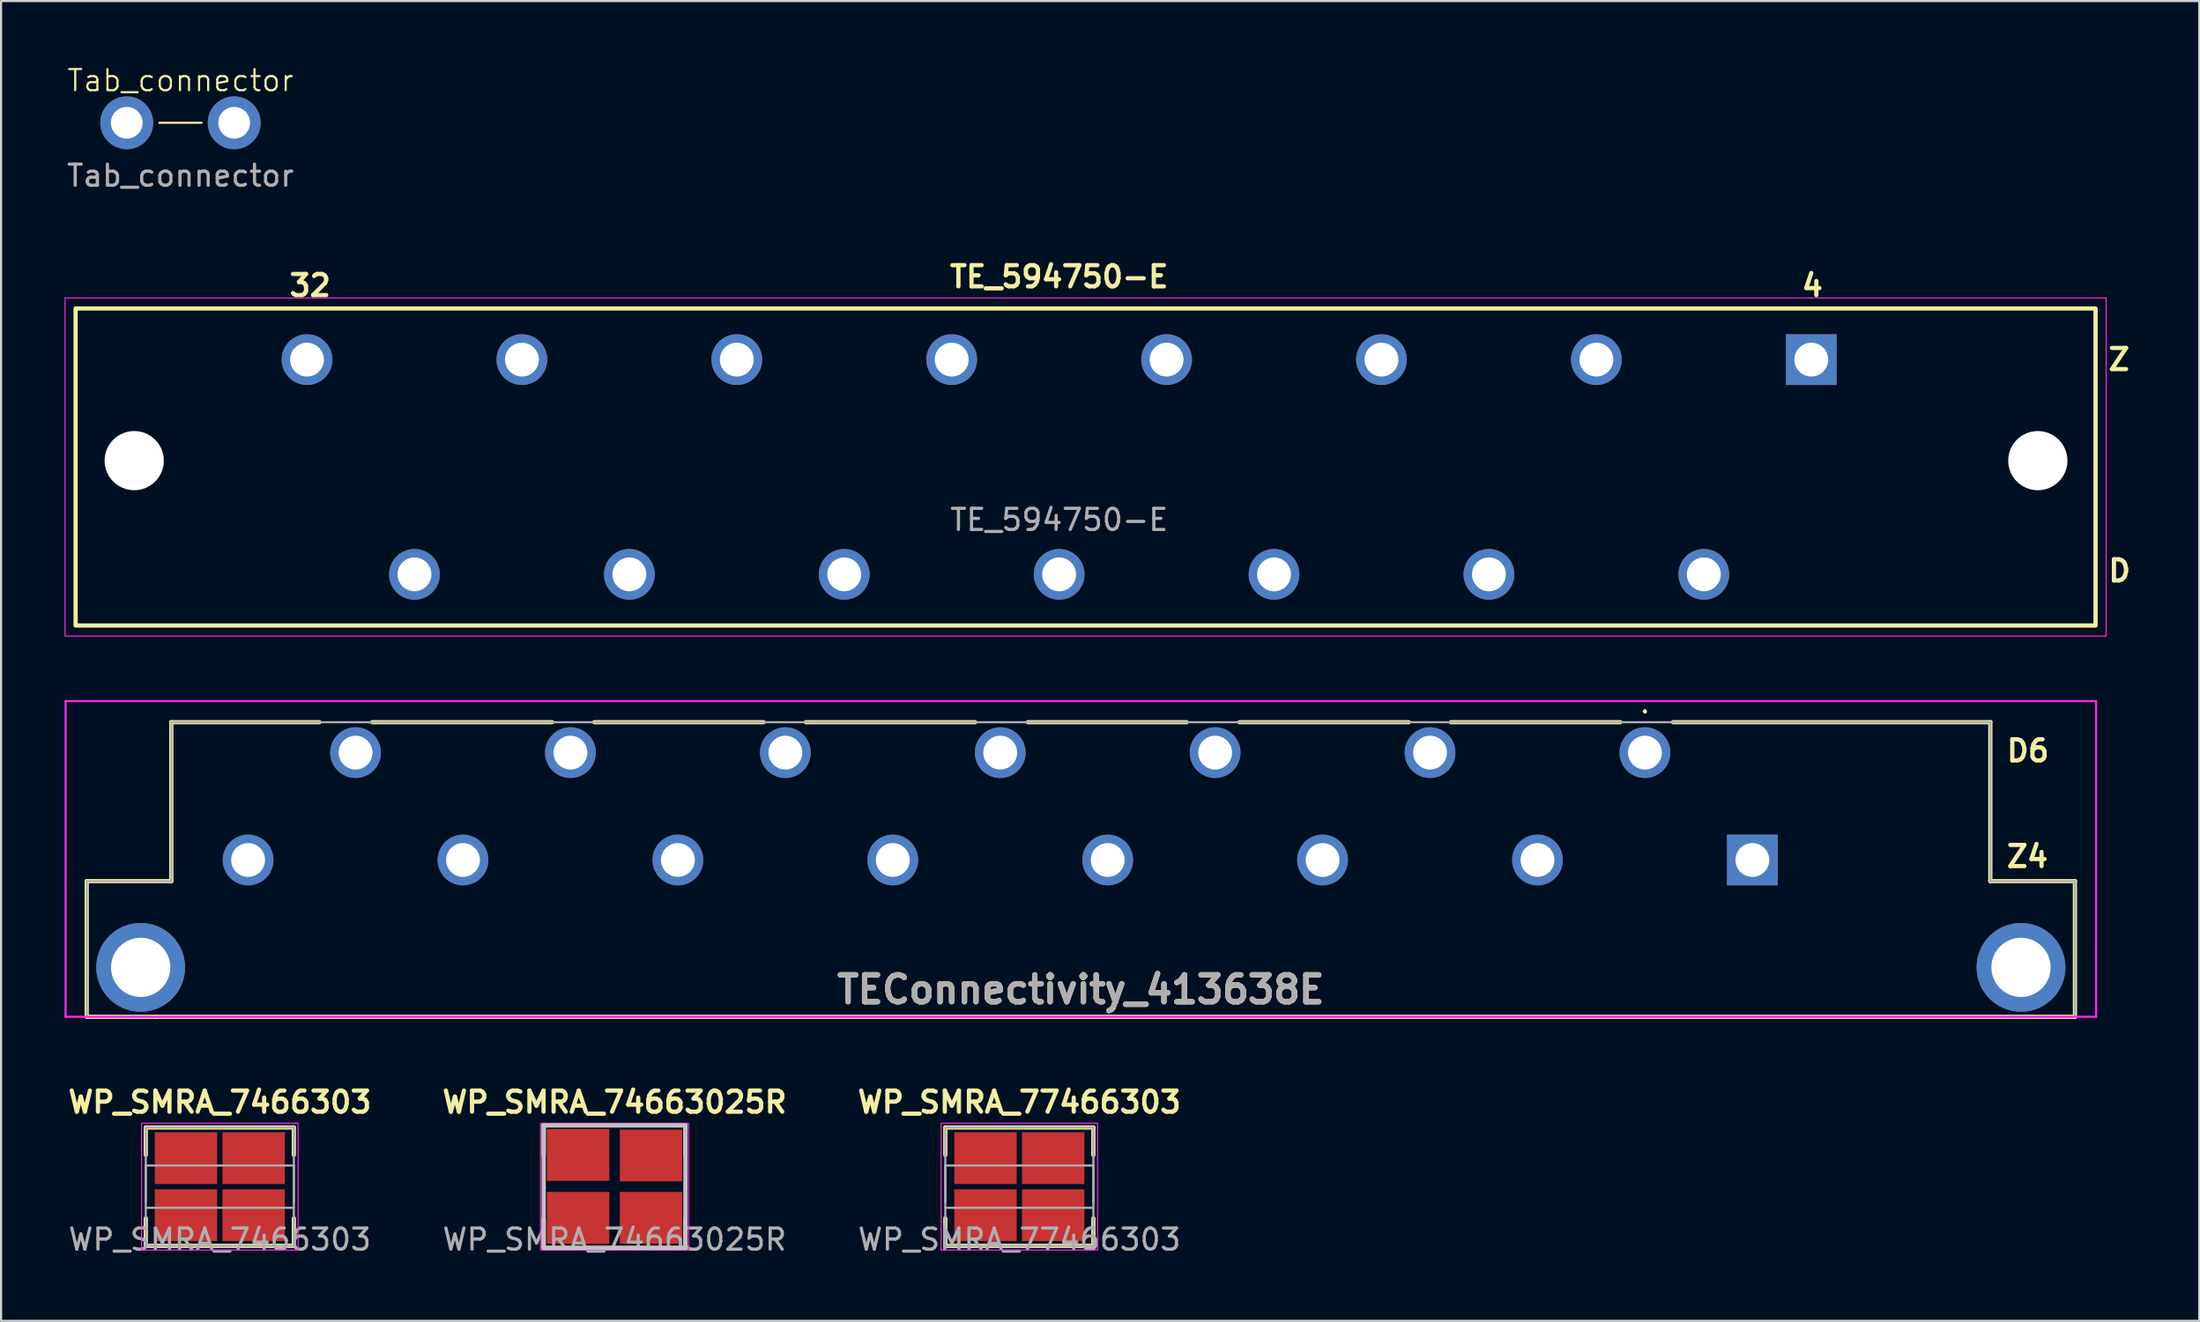
<source format=kicad_pcb>
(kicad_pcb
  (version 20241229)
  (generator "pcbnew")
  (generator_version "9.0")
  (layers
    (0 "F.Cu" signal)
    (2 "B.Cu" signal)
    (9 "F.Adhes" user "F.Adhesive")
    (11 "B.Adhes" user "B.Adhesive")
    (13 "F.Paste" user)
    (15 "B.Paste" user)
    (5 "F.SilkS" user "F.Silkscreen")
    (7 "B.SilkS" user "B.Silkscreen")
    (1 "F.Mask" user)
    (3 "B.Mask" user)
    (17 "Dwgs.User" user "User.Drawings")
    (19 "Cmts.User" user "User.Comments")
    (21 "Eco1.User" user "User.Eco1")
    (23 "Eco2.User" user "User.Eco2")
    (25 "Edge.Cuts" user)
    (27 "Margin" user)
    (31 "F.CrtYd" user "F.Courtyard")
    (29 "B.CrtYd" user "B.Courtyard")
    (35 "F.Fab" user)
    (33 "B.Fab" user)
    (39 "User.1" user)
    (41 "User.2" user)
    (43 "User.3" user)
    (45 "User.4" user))
  (footprint "Tab_connector"
    (layer "F.Cu")
    (at 5.482 2.76)
    (property "Reference" "Tab_connector" (at 0 -2 0) (unlocked yes) (layer "F.SilkS") (effects (font (size 1 1) (thickness 0.1))))
    (attr through_hole)
    (fp_line (start -1 0) (end 1 0) (stroke (width 0.1) (type default)) (layer "F.SilkS"))
    (fp_text user "${REFERENCE}" (at 0 2.5 0) (unlocked yes) (layer "F.Fab") (effects (font (size 1 1) (thickness 0.15))))
    (pad "1" thru_hole circle (at -2.54 0) (size 2.5 2.5) (drill 1.5) (layers "*.Cu" "*.Mask"))
    (pad "1" thru_hole circle (at 2.54 0) (size 2.5 2.5) (drill 1.5) (layers "*.Cu" "*.Mask")))
  (footprint "TE_594750-E"
    (layer "F.Cu")
    (at 47.025 19.045)
    (property "Reference" "TE_594750-E" (at 0 -9 0) (unlocked yes) (layer "F.SilkS") (effects (font (size 1 1) (thickness 0.2) (bold yes))))
    (attr through_hole)
    (fp_rect (start -46.5 -7.5) (end 49 7.5) (stroke (width 0.2) (type default)) (fill no) (layer "F.SilkS"))
    (fp_rect (start -47 -8) (end 49.5 8) (stroke (width 0.05) (type default)) (fill no) (layer "F.CrtYd"))
    (fp_text user "D" (at 49.5 5.5 0) (unlocked yes) (layer "F.SilkS") (effects (font (size 1 1) (thickness 0.2) (bold yes)) (justify left bottom)))
    (fp_text user "32" (at -36.5 -8 0) (unlocked yes) (layer "F.SilkS") (effects (font (size 1 1) (thickness 0.2) (bold yes)) (justify left bottom)))
    (fp_text user "Z" (at 49.5 -4.5 0) (unlocked yes) (layer "F.SilkS") (effects (font (size 1 1) (thickness 0.2) (bold yes)) (justify left bottom)))
    (fp_text user "4" (at 35 -8 0) (unlocked yes) (layer "F.SilkS") (effects (font (size 1 1) (thickness 0.2) (bold yes)) (justify left bottom)))
    (fp_text user "${REFERENCE}" (at 0 2.5 0) (unlocked yes) (layer "F.Fab") (effects (font (size 1 1) (thickness 0.15))))
    (pad "" np_thru_hole circle (at -43.73 -0.3) (size 2.8 2.8) (drill 2.8) (layers "*.Cu" "*.Mask"))
    (pad "" np_thru_hole circle (at 46.27 -0.3) (size 2.8 2.8) (drill 2.8) (layers "*.Cu" "*.Mask"))
    (pad "4" thru_hole rect (at 35.56 -5.08) (size 2.4 2.4) (drill 1.6) (layers "*.Cu" "*.Mask"))
    (pad "6" thru_hole circle (at 30.48 5.08) (size 2.4 2.4) (drill 1.6) (layers "*.Cu" "*.Mask"))
    (pad "8" thru_hole circle (at 25.4 -5.08) (size 2.4 2.4) (drill 1.6) (layers "*.Cu" "*.Mask"))
    (pad "10" thru_hole circle (at 20.32 5.08) (size 2.4 2.4) (drill 1.6) (layers "*.Cu" "*.Mask"))
    (pad "12" thru_hole circle (at 15.24 -5.08) (size 2.4 2.4) (drill 1.6) (layers "*.Cu" "*.Mask"))
    (pad "14" thru_hole circle (at 10.16 5.08) (size 2.4 2.4) (drill 1.6) (layers "*.Cu" "*.Mask"))
    (pad "16" thru_hole circle (at 5.08 -5.08) (size 2.4 2.4) (drill 1.6) (layers "*.Cu" "*.Mask"))
    (pad "18" thru_hole circle (at 0 5.08) (size 2.4 2.4) (drill 1.6) (layers "*.Cu" "*.Mask"))
    (pad "20" thru_hole circle (at -5.08 -5.08) (size 2.4 2.4) (drill 1.6) (layers "*.Cu" "*.Mask"))
    (pad "22" thru_hole circle (at -10.16 5.08) (size 2.4 2.4) (drill 1.6) (layers "*.Cu" "*.Mask"))
    (pad "24" thru_hole circle (at -15.24 -5.08) (size 2.4 2.4) (drill 1.6) (layers "*.Cu" "*.Mask"))
    (pad "26" thru_hole circle (at -20.32 5.08) (size 2.4 2.4) (drill 1.6) (layers "*.Cu" "*.Mask"))
    (pad "28" thru_hole circle (at -25.4 -5.08) (size 2.4 2.4) (drill 1.6) (layers "*.Cu" "*.Mask"))
    (pad "30" thru_hole circle (at -30.48 5.08) (size 2.4 2.4) (drill 1.6) (layers "*.Cu" "*.Mask"))
    (pad "32" thru_hole circle (at -35.56 -5.08) (size 2.4 2.4) (drill 1.6) (layers "*.Cu" "*.Mask")))
  (footprint "WP_SMRA_74663025R"
    (layer "F.Cu")
    (at 26.005 53.096)
    (property "Reference" "WP_SMRA_74663025R" (at 0 -4 0) (unlocked yes) (layer "F.SilkS") (effects (font (size 1 1) (thickness 0.2))))
    (attr smd)
    (fp_line (start -3.35 -2.9) (end -3.35 -1.5) (stroke (width 0.2) (type default)) (layer "F.SilkS"))
    (fp_line (start -3.35 -2.9) (end 3.35 -2.9) (stroke (width 0.2) (type default)) (layer "F.SilkS"))
    (fp_line (start -3.35 1.5) (end -3.35 2.9) (stroke (width 0.2) (type default)) (layer "F.SilkS"))
    (fp_line (start -3.35 2.9) (end 3.35 2.9) (stroke (width 0.2) (type default)) (layer "F.SilkS"))
    (fp_line (start 3.35 -2.9) (end 3.35 -1.5) (stroke (width 0.2) (type default)) (layer "F.SilkS"))
    (fp_line (start 3.35 1.5) (end 3.35 2.9) (stroke (width 0.2) (type default)) (layer "F.SilkS"))
    (fp_rect (start -3.35 -2.9) (end 3.35 2.9) (stroke (width 0.2) (type default)) (fill no) (layer "Dwgs.User"))
    (fp_rect (start -3.5 -3) (end 3.5 3) (stroke (width 0.05) (type default)) (fill no) (layer "F.CrtYd"))
    (fp_text user "${REFERENCE}" (at 0 2.5 0) (unlocked yes) (layer "F.Fab") (effects (font (size 1 1) (thickness 0.15))))
    (pad "1" smd rect (at -1.724 -1.5) (size 2.95 2.45) (layers "F.Cu" "F.Mask" "F.Paste"))
    (pad "1" smd rect (at -1.724 1.474) (size 2.95 2.45) (layers "F.Cu" "F.Mask" "F.Paste"))
    (pad "1" smd rect (at 1.724 -1.474) (size 2.95 2.45) (layers "F.Cu" "F.Mask" "F.Paste"))
    (pad "1" smd rect (at 1.724 1.474) (size 2.95 2.45) (layers "F.Cu" "F.Mask" "F.Paste")))
  (footprint "TEConnectivity_413638E"
    (layer "F.Cu")
    (at 74.72 32.56)
    (property "Reference" "TEConnectivity_413638E" (at -26.67 11.21 0) (layer "F.SilkS") (effects (font (size 1.27 1.27) (thickness 0.254))))
    (attr through_hole)
    (fp_line (start -73.67 6.08) (end -69.67 6.08) (stroke (width 0.2) (type solid)) (layer "F.SilkS"))
    (fp_line (start -73.67 12.5) (end -73.67 6.08) (stroke (width 0.2) (type solid)) (layer "F.SilkS"))
    (fp_line (start -70.375 12.5) (end -73.625 12.5) (stroke (width 0.2) (type solid)) (layer "F.SilkS"))
    (fp_line (start -69.67 -1.44) (end -62.67 -1.44) (stroke (width 0.2) (type solid)) (layer "F.SilkS"))
    (fp_line (start -69.67 6.08) (end -69.67 -1.44) (stroke (width 0.2) (type solid)) (layer "F.SilkS"))
    (fp_line (start -60.17 -1.44) (end -51.67 -1.44) (stroke (width 0.2) (type solid)) (layer "F.SilkS"))
    (fp_line (start -49.67 -1.44) (end -41.67 -1.44) (stroke (width 0.2) (type solid)) (layer "F.SilkS"))
    (fp_line (start -39.67 -1.44) (end -31.67 -1.44) (stroke (width 0.2) (type solid)) (layer "F.SilkS"))
    (fp_line (start -29.17 -1.44) (end -21.67 -1.44) (stroke (width 0.2) (type solid)) (layer "F.SilkS"))
    (fp_line (start -19.17 -1.44) (end -11.17 -1.44) (stroke (width 0.2) (type solid)) (layer "F.SilkS"))
    (fp_line (start -9.17 -1.44) (end -1.17 -1.44) (stroke (width 0.2) (type solid)) (layer "F.SilkS"))
    (fp_line (start 0 -2) (end 0 -2) (stroke (width 0.1) (type solid)) (layer "F.SilkS"))
    (fp_line (start 0 -1.9) (end 0 -1.9) (stroke (width 0.1) (type solid)) (layer "F.SilkS"))
    (fp_line (start 1.33 -1.44) (end 16.33 -1.44) (stroke (width 0.2) (type solid)) (layer "F.SilkS"))
    (fp_line (start 16.33 -1.44) (end 16.33 6.08) (stroke (width 0.2) (type solid)) (layer "F.SilkS"))
    (fp_line (start 16.33 6.08) (end 20.33 6.08) (stroke (width 0.2) (type solid)) (layer "F.SilkS"))
    (fp_line (start 17.08 12.5) (end -70.42 12.5) (stroke (width 0.2) (type solid)) (layer "F.SilkS"))
    (fp_line (start 20.33 6.08) (end 20.33 12.5) (stroke (width 0.2) (type solid)) (layer "F.SilkS"))
    (fp_line (start 20.33 12.5) (end 17.08 12.5) (stroke (width 0.2) (type solid)) (layer "F.SilkS"))
    (fp_arc (start 0 -2) (mid 0.05 -1.95) (end 0 -1.9) (stroke (width 0.1) (type solid)) (layer "F.SilkS"))
    (fp_arc (start 0 -1.9) (mid -0.05 -1.95) (end 0 -2) (stroke (width 0.1) (type solid)) (layer "F.SilkS"))
    (fp_line (start -74.67 -2.44) (end 21.33 -2.44) (stroke (width 0.1) (type solid)) (layer "F.CrtYd"))
    (fp_line (start -74.67 12.5) (end -74.67 -2.44) (stroke (width 0.1) (type solid)) (layer "F.CrtYd"))
    (fp_line (start 21.33 -2.44) (end 21.33 12.5) (stroke (width 0.1) (type solid)) (layer "F.CrtYd"))
    (fp_line (start 21.33 12.5) (end -74.67 12.5) (stroke (width 0.1) (type solid)) (layer "F.CrtYd"))
    (fp_line (start -73.67 6.08) (end -69.67 6.08) (stroke (width 0.1) (type solid)) (layer "F.Fab"))
    (fp_line (start -73.67 12.5) (end -73.67 6.08) (stroke (width 0.1) (type solid)) (layer "F.Fab"))
    (fp_line (start -69.67 -1.44) (end 16.33 -1.44) (stroke (width 0.1) (type solid)) (layer "F.Fab"))
    (fp_line (start -69.67 6.08) (end -69.67 -1.44) (stroke (width 0.1) (type solid)) (layer "F.Fab"))
    (fp_line (start 16.33 -1.44) (end 16.33 6.08) (stroke (width 0.1) (type solid)) (layer "F.Fab"))
    (fp_line (start 16.33 6.08) (end 20.33 6.08) (stroke (width 0.1) (type solid)) (layer "F.Fab"))
    (fp_line (start 20.33 6.08) (end 20.33 12.5) (stroke (width 0.1) (type solid)) (layer "F.Fab"))
    (fp_line (start 20.33 12.5) (end -73.67 12.5) (stroke (width 0.1) (type solid)) (layer "F.Fab"))
    (fp_line (start 20.33 12.5) (end 17.08 12.5) (stroke (width 0.1) (type solid)) (layer "F.Fab"))
    (fp_text user "Z4" (at 17 5.5 0) (unlocked yes) (layer "F.SilkS") (effects (font (size 1 1) (thickness 0.2)) (justify left bottom)))
    (fp_text user "D6" (at 17 0.5 0) (unlocked yes) (layer "F.SilkS") (effects (font (size 1 1) (thickness 0.2)) (justify left bottom)))
    (fp_text user "${REFERENCE}" (at -26.67 11.21 0) (layer "F.Fab") (effects (font (size 1.27 1.27) (thickness 0.254))))
    (pad "D6" thru_hole circle (at 0 0) (size 2.4 2.4) (drill 1.6) (layers "*.Cu" "*.Mask"))
    (pad "D10" thru_hole circle (at -10.16 0) (size 2.4 2.4) (drill 1.6) (layers "*.Cu" "*.Mask"))
    (pad "D14" thru_hole circle (at -20.32 0) (size 2.4 2.4) (drill 1.6) (layers "*.Cu" "*.Mask"))
    (pad "D18" thru_hole circle (at -30.48 0) (size 2.4 2.4) (drill 1.6) (layers "*.Cu" "*.Mask"))
    (pad "D22" thru_hole circle (at -40.64 0) (size 2.4 2.4) (drill 1.6) (layers "*.Cu" "*.Mask"))
    (pad "D26" thru_hole circle (at -50.8 0) (size 2.4 2.4) (drill 1.6) (layers "*.Cu" "*.Mask"))
    (pad "D30" thru_hole circle (at -60.96 0) (size 2.4 2.4) (drill 1.6) (layers "*.Cu" "*.Mask"))
    (pad "MH1" thru_hole circle (at 17.78 10.16) (size 4.2 4.2) (drill 2.8) (layers "*.Cu" "*.Mask"))
    (pad "MH2" thru_hole circle (at -71.12 10.16) (size 4.2 4.2) (drill 2.8) (layers "*.Cu" "*.Mask"))
    (pad "Z4" thru_hole rect (at 5.08 5.08) (size 2.4 2.4) (drill 1.6) (layers "*.Cu" "*.Mask"))
    (pad "Z8" thru_hole circle (at -5.08 5.08) (size 2.4 2.4) (drill 1.6) (layers "*.Cu" "*.Mask"))
    (pad "Z12" thru_hole circle (at -15.24 5.08) (size 2.4 2.4) (drill 1.6) (layers "*.Cu" "*.Mask"))
    (pad "Z16" thru_hole circle (at -25.4 5.08) (size 2.4 2.4) (drill 1.6) (layers "*.Cu" "*.Mask"))
    (pad "Z20" thru_hole circle (at -35.56 5.08) (size 2.4 2.4) (drill 1.6) (layers "*.Cu" "*.Mask"))
    (pad "Z24" thru_hole circle (at -45.72 5.08) (size 2.4 2.4) (drill 1.6) (layers "*.Cu" "*.Mask"))
    (pad "Z28" thru_hole circle (at -55.88 5.08) (size 2.4 2.4) (drill 1.6) (layers "*.Cu" "*.Mask"))
    (pad "Z32" thru_hole circle (at -66.04 5.08) (size 2.4 2.4) (drill 1.6) (layers "*.Cu" "*.Mask")))
  (footprint "WP_SMRA_7466303"
    (layer "F.Cu")
    (at 7.343 53.096)
    (property "Reference" "WP_SMRA_7466303" (at 0 -4 0) (unlocked yes) (layer "F.SilkS") (effects (font (size 1 1) (thickness 0.2))))
    (attr smd)
    (fp_line (start -3.5 -2.8) (end -3.5 -1.5) (stroke (width 0.2) (type default)) (layer "F.SilkS"))
    (fp_line (start -3.5 -2.8) (end 3.5 -2.8) (stroke (width 0.2) (type default)) (layer "F.SilkS"))
    (fp_line (start -3.5 1.5) (end -3.5 2.8) (stroke (width 0.2) (type default)) (layer "F.SilkS"))
    (fp_line (start -3.5 2.8) (end 3.5 2.8) (stroke (width 0.2) (type default)) (layer "F.SilkS"))
    (fp_line (start 3.5 -2.8) (end 3.5 -1.5) (stroke (width 0.2) (type default)) (layer "F.SilkS"))
    (fp_line (start 3.5 1.5) (end 3.5 2.8) (stroke (width 0.2) (type default)) (layer "F.SilkS"))
    (fp_rect (start -3.7 -3) (end 3.7 3) (stroke (width 0.05) (type default)) (fill no) (layer "F.CrtYd"))
    (fp_line (start -3.5 -1) (end 3.5 -1) (stroke (width 0.1) (type default)) (layer "F.Fab"))
    (fp_line (start -3.5 0.75) (end -3.5 -1) (stroke (width 0.1) (type default)) (layer "F.Fab"))
    (fp_line (start 3.5 -1) (end 3.5 0.75) (stroke (width 0.1) (type default)) (layer "F.Fab"))
    (fp_line (start 3.5 1) (end -3.5 1) (stroke (width 0.1) (type default)) (layer "F.Fab"))
    (fp_rect (start -3.5 -2.8) (end 3.5 2.8) (stroke (width 0.1) (type default)) (fill no) (layer "F.Fab"))
    (fp_text user "${REFERENCE}" (at 0 2.5 0) (unlocked yes) (layer "F.Fab") (effects (font (size 1 1) (thickness 0.15))))
    (pad "1" smd rect (at -1.6 -1.35) (size 2.95 2.45) (layers "F.Cu" "F.Mask" "F.Paste"))
    (pad "1" smd rect (at -1.6 1.35) (size 2.95 2.45) (layers "F.Cu" "F.Mask" "F.Paste"))
    (pad "1" smd rect (at 1.6 -1.35) (size 2.95 2.45) (layers "F.Cu" "F.Mask" "F.Paste"))
    (pad "1" smd rect (at 1.6 1.35) (size 2.95 2.45) (layers "F.Cu" "F.Mask" "F.Paste")))
  (footprint "WP_SMRA_77466303"
    (layer "F.Cu")
    (at 45.143 53.096)
    (property "Reference" "WP_SMRA_77466303" (at 0 -4 0) (unlocked yes) (layer "F.SilkS") (effects (font (size 1 1) (thickness 0.2))))
    (attr smd)
    (fp_line (start -3.5 -2.8) (end -3.5 -1.5) (stroke (width 0.2) (type default)) (layer "F.SilkS"))
    (fp_line (start -3.5 -2.8) (end 3.5 -2.8) (stroke (width 0.2) (type default)) (layer "F.SilkS"))
    (fp_line (start -3.5 1.5) (end -3.5 2.8) (stroke (width 0.2) (type default)) (layer "F.SilkS"))
    (fp_line (start -3.5 2.8) (end 3.5 2.8) (stroke (width 0.2) (type default)) (layer "F.SilkS"))
    (fp_line (start 3.5 -2.8) (end 3.5 -1.5) (stroke (width 0.2) (type default)) (layer "F.SilkS"))
    (fp_line (start 3.5 1.5) (end 3.5 2.8) (stroke (width 0.2) (type default)) (layer "F.SilkS"))
    (fp_rect (start -3.7 -3) (end 3.7 3) (stroke (width 0.05) (type default)) (fill no) (layer "F.CrtYd"))
    (fp_line (start -3.5 -1) (end 3.5 -1) (stroke (width 0.1) (type default)) (layer "F.Fab"))
    (fp_line (start -3.5 0.75) (end -3.5 -1) (stroke (width 0.1) (type default)) (layer "F.Fab"))
    (fp_line (start 3.5 -1) (end 3.5 0.75) (stroke (width 0.1) (type default)) (layer "F.Fab"))
    (fp_line (start 3.5 1) (end -3.5 1) (stroke (width 0.1) (type default)) (layer "F.Fab"))
    (fp_rect (start -3.5 -2.8) (end 3.5 2.8) (stroke (width 0.1) (type default)) (fill no) (layer "F.Fab"))
    (fp_text user "${REFERENCE}" (at 0 2.5 0) (unlocked yes) (layer "F.Fab") (effects (font (size 1 1) (thickness 0.15))))
    (pad "1" smd rect (at -1.6 -1.35) (size 2.95 2.45) (layers "F.Cu" "F.Mask" "F.Paste"))
    (pad "1" smd rect (at -1.6 1.35) (size 2.95 2.45) (layers "F.Cu" "F.Mask" "F.Paste"))
    (pad "1" smd rect (at 1.6 -1.35) (size 2.95 2.45) (layers "F.Cu" "F.Mask" "F.Paste"))
    (pad "1" smd rect (at 1.6 1.35) (size 2.95 2.45) (layers "F.Cu" "F.Mask" "F.Paste")))
  (gr_rect
    (start -3 -3)
    (end 100.925 59.444)
    (stroke (width 0.1) (type default))
    (fill no)
    (layer "Edge.Cuts")))
</source>
